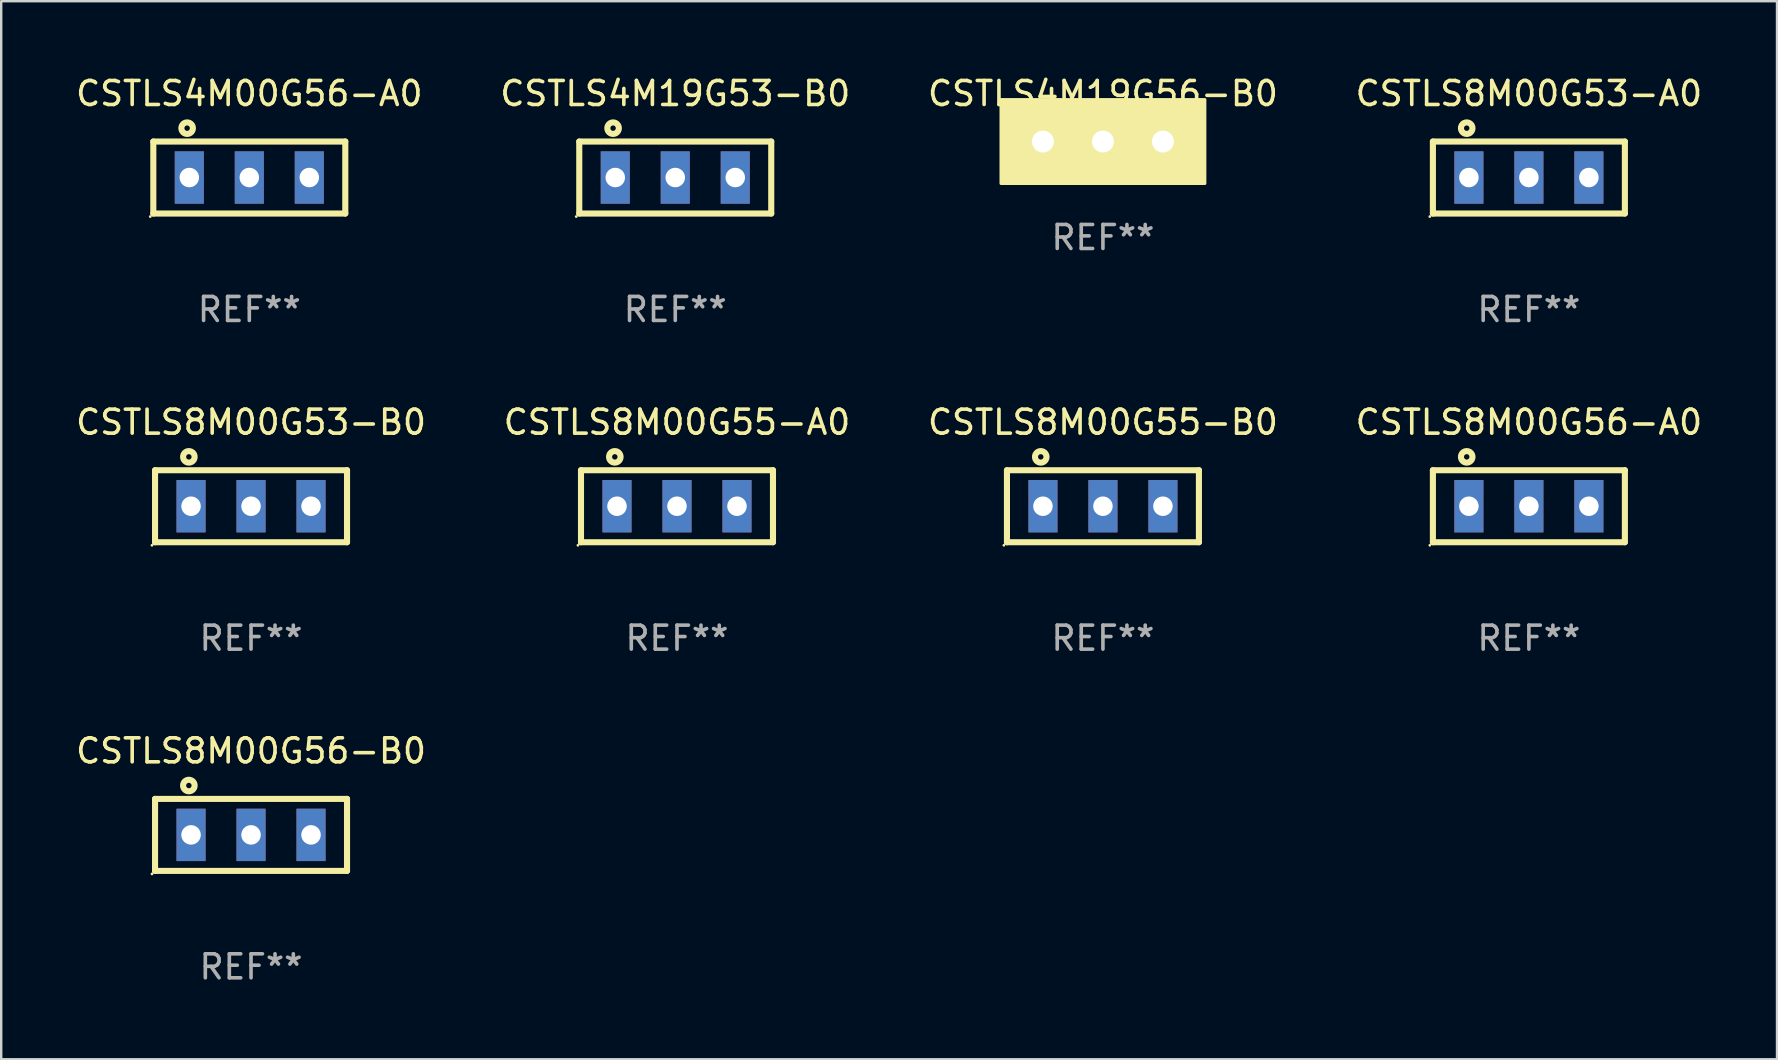
<source format=kicad_pcb>
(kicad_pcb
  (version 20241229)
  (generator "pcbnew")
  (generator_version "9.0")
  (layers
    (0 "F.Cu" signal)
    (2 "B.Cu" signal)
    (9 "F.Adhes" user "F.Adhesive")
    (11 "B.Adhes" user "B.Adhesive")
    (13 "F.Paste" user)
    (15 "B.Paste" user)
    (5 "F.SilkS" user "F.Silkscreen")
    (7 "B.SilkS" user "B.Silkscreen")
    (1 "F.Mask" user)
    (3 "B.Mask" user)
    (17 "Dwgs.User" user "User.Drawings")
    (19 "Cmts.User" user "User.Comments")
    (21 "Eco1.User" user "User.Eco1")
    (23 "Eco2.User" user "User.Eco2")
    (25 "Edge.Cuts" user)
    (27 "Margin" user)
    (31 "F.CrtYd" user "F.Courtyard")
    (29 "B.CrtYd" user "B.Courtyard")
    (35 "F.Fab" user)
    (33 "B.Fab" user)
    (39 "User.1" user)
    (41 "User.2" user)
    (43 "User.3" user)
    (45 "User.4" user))
  (footprint "CSTLS8M00G55-A0"
    (layer "F.Cu")
    (at 25.161 18.045)
    (property "Reference" "CSTLS8M00G55-A0" (at 0 -3.5 0) (layer "F.SilkS") (effects (font (size 1 1) (thickness 0.15))))
    (attr through_hole)
    (fp_line (start -4 -1.5) (end -4 1.5) (stroke (width 0.254) (type solid)) (layer "F.SilkS"))
    (fp_line (start -4 -1.5) (end 4 -1.5) (stroke (width 0.254) (type solid)) (layer "F.SilkS"))
    (fp_line (start -4 1.5) (end 4 1.5) (stroke (width 0.254) (type solid)) (layer "F.SilkS"))
    (fp_line (start 4 -1.5) (end 4 1.5) (stroke (width 0.254) (type solid)) (layer "F.SilkS"))
    (fp_circle (center -4.127 1.627) (end -4.097 1.627) (stroke (width 0.06) (type solid)) (fill no) (layer "F.SilkS"))
    (fp_circle (center -2.591 -2.057) (end -2.351 -2.057) (stroke (width 0.254) (type solid)) (fill no) (layer "F.SilkS"))
    (fp_text user "REF**" (at 0 5.5 0) (layer "F.Fab") (effects (font (size 1 1) (thickness 0.15))))
    (pad "1" thru_hole rect (at -2.5 0 90) (size 2.182 1.212) (drill 0.813) (layers "*.Cu" "*.Mask"))
    (pad "2" thru_hole rect (at 0 0 90) (size 2.182 1.212) (drill 0.813) (layers "*.Cu" "*.Mask"))
    (pad "3" thru_hole rect (at 2.5 0 90) (size 2.182 1.212) (drill 0.813) (layers "*.Cu" "*.Mask")))
  (footprint "CSTLS8M00G56-A0"
    (layer "F.Cu")
    (at 60.661 18.045)
    (property "Reference" "CSTLS8M00G56-A0" (at 0 -3.5 0) (layer "F.SilkS") (effects (font (size 1 1) (thickness 0.15))))
    (attr through_hole)
    (fp_line (start -4 -1.5) (end -4 1.5) (stroke (width 0.254) (type solid)) (layer "F.SilkS"))
    (fp_line (start -4 -1.5) (end 4 -1.5) (stroke (width 0.254) (type solid)) (layer "F.SilkS"))
    (fp_line (start -4 1.5) (end 4 1.5) (stroke (width 0.254) (type solid)) (layer "F.SilkS"))
    (fp_line (start 4 -1.5) (end 4 1.5) (stroke (width 0.254) (type solid)) (layer "F.SilkS"))
    (fp_circle (center -4.127 1.627) (end -4.097 1.627) (stroke (width 0.06) (type solid)) (fill no) (layer "F.SilkS"))
    (fp_circle (center -2.591 -2.057) (end -2.351 -2.057) (stroke (width 0.254) (type solid)) (fill no) (layer "F.SilkS"))
    (fp_text user "REF**" (at 0 5.5 0) (layer "F.Fab") (effects (font (size 1 1) (thickness 0.15))))
    (pad "1" thru_hole rect (at -2.5 0 90) (size 2.182 1.212) (drill 0.813) (layers "*.Cu" "*.Mask"))
    (pad "2" thru_hole rect (at 0 0 90) (size 2.182 1.212) (drill 0.813) (layers "*.Cu" "*.Mask"))
    (pad "3" thru_hole rect (at 2.5 0 90) (size 2.182 1.212) (drill 0.813) (layers "*.Cu" "*.Mask")))
  (footprint "CSTLS8M00G53-B0"
    (layer "F.Cu")
    (at 7.411 18.045)
    (property "Reference" "CSTLS8M00G53-B0" (at 0 -3.5 0) (layer "F.SilkS") (effects (font (size 1 1) (thickness 0.15))))
    (attr through_hole)
    (fp_line (start -4 -1.5) (end -4 1.5) (stroke (width 0.254) (type solid)) (layer "F.SilkS"))
    (fp_line (start -4 -1.5) (end 4 -1.5) (stroke (width 0.254) (type solid)) (layer "F.SilkS"))
    (fp_line (start -4 1.5) (end 4 1.5) (stroke (width 0.254) (type solid)) (layer "F.SilkS"))
    (fp_line (start 4 -1.5) (end 4 1.5) (stroke (width 0.254) (type solid)) (layer "F.SilkS"))
    (fp_circle (center -4.127 1.627) (end -4.097 1.627) (stroke (width 0.06) (type solid)) (fill no) (layer "F.SilkS"))
    (fp_circle (center -2.591 -2.057) (end -2.351 -2.057) (stroke (width 0.254) (type solid)) (fill no) (layer "F.SilkS"))
    (fp_text user "REF**" (at 0 5.5 0) (layer "F.Fab") (effects (font (size 1 1) (thickness 0.15))))
    (pad "1" thru_hole rect (at -2.5 0 90) (size 2.182 1.212) (drill 0.813) (layers "*.Cu" "*.Mask"))
    (pad "2" thru_hole rect (at 0 0 90) (size 2.182 1.212) (drill 0.813) (layers "*.Cu" "*.Mask"))
    (pad "3" thru_hole rect (at 2.5 0 90) (size 2.182 1.212) (drill 0.813) (layers "*.Cu" "*.Mask")))
  (footprint "CSTLS8M00G53-A0"
    (layer "F.Cu")
    (at 60.661 4.348)
    (property "Reference" "CSTLS8M00G53-A0" (at 0 -3.5 0) (layer "F.SilkS") (effects (font (size 1 1) (thickness 0.15))))
    (attr through_hole)
    (fp_line (start -4 -1.5) (end -4 1.5) (stroke (width 0.254) (type solid)) (layer "F.SilkS"))
    (fp_line (start -4 -1.5) (end 4 -1.5) (stroke (width 0.254) (type solid)) (layer "F.SilkS"))
    (fp_line (start -4 1.5) (end 4 1.5) (stroke (width 0.254) (type solid)) (layer "F.SilkS"))
    (fp_line (start 4 -1.5) (end 4 1.5) (stroke (width 0.254) (type solid)) (layer "F.SilkS"))
    (fp_circle (center -4.127 1.627) (end -4.097 1.627) (stroke (width 0.06) (type solid)) (fill no) (layer "F.SilkS"))
    (fp_circle (center -2.591 -2.057) (end -2.351 -2.057) (stroke (width 0.254) (type solid)) (fill no) (layer "F.SilkS"))
    (fp_text user "REF**" (at 0 5.5 0) (layer "F.Fab") (effects (font (size 1 1) (thickness 0.15))))
    (pad "1" thru_hole rect (at -2.5 0 90) (size 2.182 1.212) (drill 0.813) (layers "*.Cu" "*.Mask"))
    (pad "2" thru_hole rect (at 0 0 90) (size 2.182 1.212) (drill 0.813) (layers "*.Cu" "*.Mask"))
    (pad "3" thru_hole rect (at 2.5 0 90) (size 2.182 1.212) (drill 0.813) (layers "*.Cu" "*.Mask")))
  (footprint "CSTLS4M00G56-A0"
    (layer "F.Cu")
    (at 7.339 4.348)
    (property "Reference" "CSTLS4M00G56-A0" (at 0 -3.5 0) (layer "F.SilkS") (effects (font (size 1 1) (thickness 0.15))))
    (attr through_hole)
    (fp_line (start -4 -1.5) (end -4 1.5) (stroke (width 0.254) (type solid)) (layer "F.SilkS"))
    (fp_line (start -4 -1.5) (end 4 -1.5) (stroke (width 0.254) (type solid)) (layer "F.SilkS"))
    (fp_line (start -4 1.5) (end 4 1.5) (stroke (width 0.254) (type solid)) (layer "F.SilkS"))
    (fp_line (start 4 -1.5) (end 4 1.5) (stroke (width 0.254) (type solid)) (layer "F.SilkS"))
    (fp_circle (center -4.127 1.627) (end -4.097 1.627) (stroke (width 0.06) (type solid)) (fill no) (layer "F.SilkS"))
    (fp_circle (center -2.591 -2.057) (end -2.351 -2.057) (stroke (width 0.254) (type solid)) (fill no) (layer "F.SilkS"))
    (fp_text user "REF**" (at 0 5.5 0) (layer "F.Fab") (effects (font (size 1 1) (thickness 0.15))))
    (pad "1" thru_hole rect (at -2.5 0 90) (size 2.182 1.212) (drill 0.813) (layers "*.Cu" "*.Mask"))
    (pad "2" thru_hole rect (at 0 0 90) (size 2.182 1.212) (drill 0.813) (layers "*.Cu" "*.Mask"))
    (pad "3" thru_hole rect (at 2.5 0 90) (size 2.182 1.212) (drill 0.813) (layers "*.Cu" "*.Mask")))
  (footprint "CSTLS8M00G55-B0"
    (layer "F.Cu")
    (at 42.911 18.045)
    (property "Reference" "CSTLS8M00G55-B0" (at 0 -3.5 0) (layer "F.SilkS") (effects (font (size 1 1) (thickness 0.15))))
    (attr through_hole)
    (fp_line (start -4 -1.5) (end -4 1.5) (stroke (width 0.254) (type solid)) (layer "F.SilkS"))
    (fp_line (start -4 -1.5) (end 4 -1.5) (stroke (width 0.254) (type solid)) (layer "F.SilkS"))
    (fp_line (start -4 1.5) (end 4 1.5) (stroke (width 0.254) (type solid)) (layer "F.SilkS"))
    (fp_line (start 4 -1.5) (end 4 1.5) (stroke (width 0.254) (type solid)) (layer "F.SilkS"))
    (fp_circle (center -4.127 1.627) (end -4.097 1.627) (stroke (width 0.06) (type solid)) (fill no) (layer "F.SilkS"))
    (fp_circle (center -2.591 -2.057) (end -2.351 -2.057) (stroke (width 0.254) (type solid)) (fill no) (layer "F.SilkS"))
    (fp_text user "REF**" (at 0 5.5 0) (layer "F.Fab") (effects (font (size 1 1) (thickness 0.15))))
    (pad "1" thru_hole rect (at -2.5 0 90) (size 2.182 1.212) (drill 0.813) (layers "*.Cu" "*.Mask"))
    (pad "2" thru_hole rect (at 0 0 90) (size 2.182 1.212) (drill 0.813) (layers "*.Cu" "*.Mask"))
    (pad "3" thru_hole rect (at 2.5 0 90) (size 2.182 1.212) (drill 0.813) (layers "*.Cu" "*.Mask")))
  (footprint "CSTLS4M19G53-B0"
    (layer "F.Cu")
    (at 25.089 4.348)
    (property "Reference" "CSTLS4M19G53-B0" (at 0 -3.5 0) (layer "F.SilkS") (effects (font (size 1 1) (thickness 0.15))))
    (attr through_hole)
    (fp_line (start -4 -1.5) (end -4 1.5) (stroke (width 0.254) (type solid)) (layer "F.SilkS"))
    (fp_line (start -4 -1.5) (end 4 -1.5) (stroke (width 0.254) (type solid)) (layer "F.SilkS"))
    (fp_line (start -4 1.5) (end 4 1.5) (stroke (width 0.254) (type solid)) (layer "F.SilkS"))
    (fp_line (start 4 -1.5) (end 4 1.5) (stroke (width 0.254) (type solid)) (layer "F.SilkS"))
    (fp_circle (center -4.127 1.627) (end -4.097 1.627) (stroke (width 0.06) (type solid)) (fill no) (layer "F.SilkS"))
    (fp_circle (center -2.591 -2.057) (end -2.351 -2.057) (stroke (width 0.254) (type solid)) (fill no) (layer "F.SilkS"))
    (fp_text user "REF**" (at 0 5.5 0) (layer "F.Fab") (effects (font (size 1 1) (thickness 0.15))))
    (pad "1" thru_hole rect (at -2.5 0 90) (size 2.182 1.212) (drill 0.813) (layers "*.Cu" "*.Mask"))
    (pad "2" thru_hole rect (at 0 0 90) (size 2.182 1.212) (drill 0.813) (layers "*.Cu" "*.Mask"))
    (pad "3" thru_hole rect (at 2.5 0 90) (size 2.182 1.212) (drill 0.813) (layers "*.Cu" "*.Mask")))
  (footprint "CSTLS4M19G56-B0"
    (layer "F.Cu")
    (at 42.911 2.848)
    (property "Reference" "CSTLS4M19G56-B0" (at 0 -2 0) (layer "F.SilkS") (effects (font (size 1 1) (thickness 0.15))))
    (attr through_hole)
    (fp_circle (center -4 1.5) (end -3.97 1.5) (stroke (width 0.06) (type solid)) (fill no) (layer "F.SilkS"))
    (fp_poly (pts (xy -4.25 -1.75) (xy 4.25 -1.75) (xy 4.25 1.75) (xy -4.25 1.75)) (stroke (width 0.12) (type solid)) (fill yes) (layer "F.SilkS"))
    (fp_text user "REF**" (at 0 4 0) (layer "F.Fab") (effects (font (size 1 1) (thickness 0.15))))
    (pad "1" thru_hole circle (at -2.5 0) (size 1.524 1.524) (drill 0.914) (layers "*.Cu" "*.Mask"))
    (pad "2" thru_hole circle (at -0.000127 0) (size 1.524 1.524) (drill 0.914) (layers "*.Cu" "*.Mask"))
    (pad "3" thru_hole circle (at 2.5 0) (size 1.524 1.524) (drill 0.914) (layers "*.Cu" "*.Mask")))
  (footprint "CSTLS8M00G56-B0"
    (layer "F.Cu")
    (at 7.411 31.741)
    (property "Reference" "CSTLS8M00G56-B0" (at 0 -3.5 0) (layer "F.SilkS") (effects (font (size 1 1) (thickness 0.15))))
    (attr through_hole)
    (fp_line (start -4 -1.5) (end -4 1.5) (stroke (width 0.254) (type solid)) (layer "F.SilkS"))
    (fp_line (start -4 -1.5) (end 4 -1.5) (stroke (width 0.254) (type solid)) (layer "F.SilkS"))
    (fp_line (start -4 1.5) (end 4 1.5) (stroke (width 0.254) (type solid)) (layer "F.SilkS"))
    (fp_line (start 4 -1.5) (end 4 1.5) (stroke (width 0.254) (type solid)) (layer "F.SilkS"))
    (fp_circle (center -4.127 1.627) (end -4.097 1.627) (stroke (width 0.06) (type solid)) (fill no) (layer "F.SilkS"))
    (fp_circle (center -2.591 -2.057) (end -2.351 -2.057) (stroke (width 0.254) (type solid)) (fill no) (layer "F.SilkS"))
    (fp_text user "REF**" (at 0 5.5 0) (layer "F.Fab") (effects (font (size 1 1) (thickness 0.15))))
    (pad "1" thru_hole rect (at -2.5 0 90) (size 2.182 1.212) (drill 0.813) (layers "*.Cu" "*.Mask"))
    (pad "2" thru_hole rect (at 0 0 90) (size 2.182 1.212) (drill 0.813) (layers "*.Cu" "*.Mask"))
    (pad "3" thru_hole rect (at 2.5 0 90) (size 2.182 1.212) (drill 0.813) (layers "*.Cu" "*.Mask")))
  (gr_rect
    (start -3 -3)
    (end 71 41.09)
    (stroke (width 0.1) (type default))
    (fill no)
    (layer "Edge.Cuts")))
</source>
